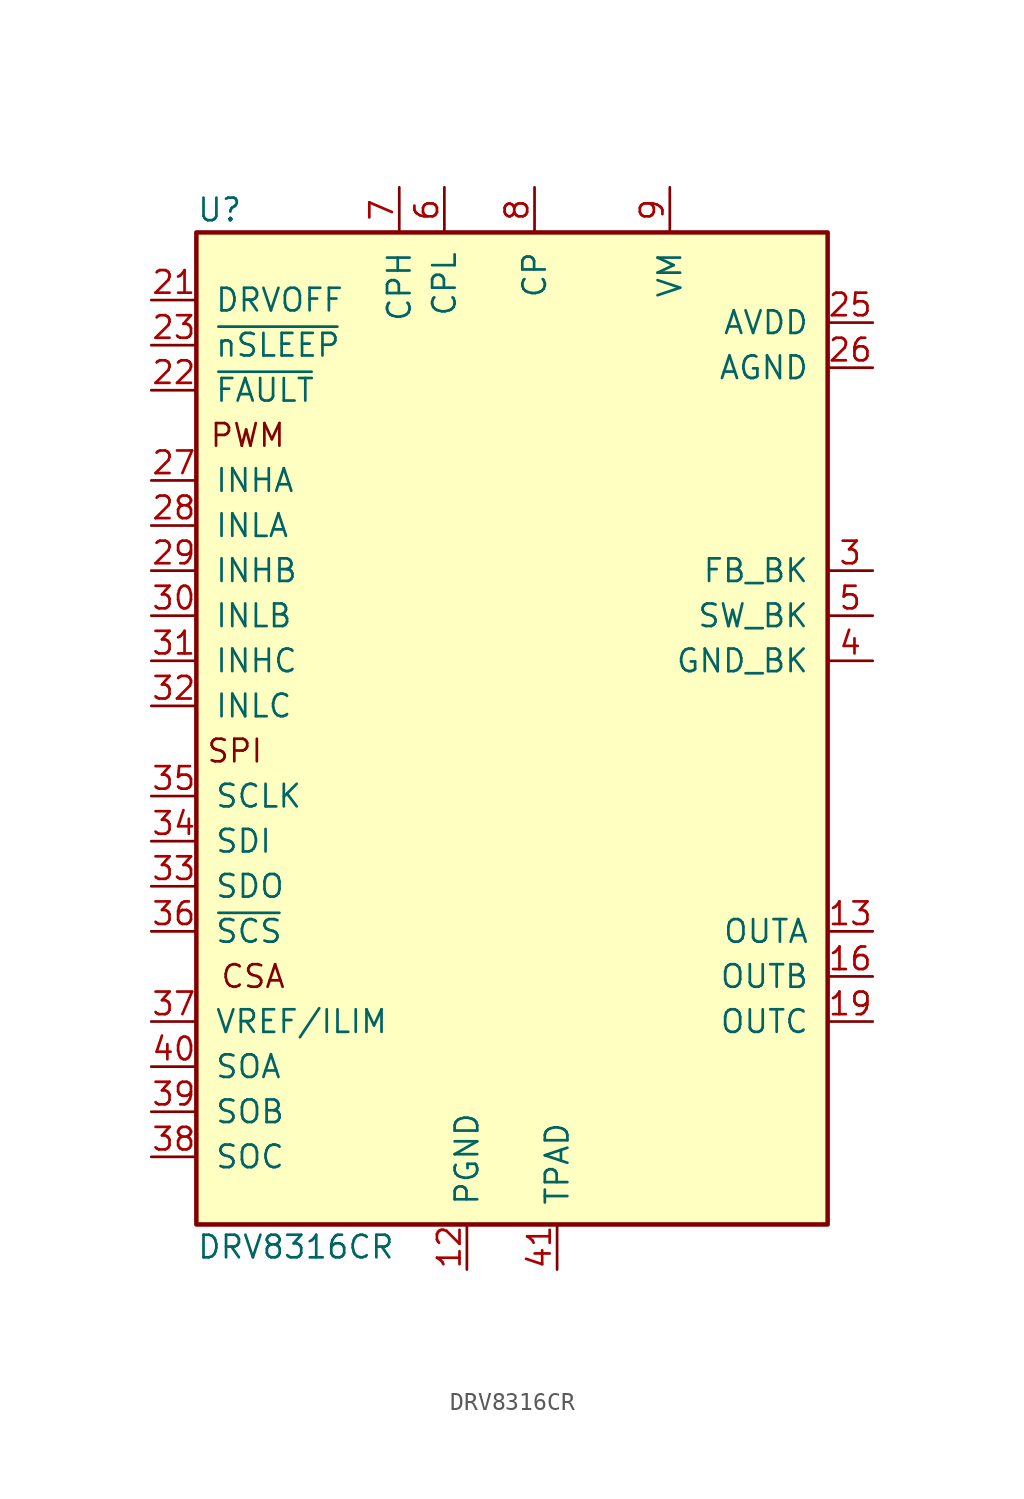
<source format=kicad_sym>
(kicad_symbol_lib
  (version 20220914)
  (generator kicad_symbol_editor)
  (symbol "DRV8316CR"
    (pin_names
      (offset 1.016))
    (property "Reference" "U"
      (at -17.78 29.21 0)
      (effects (font (size 1.27 1.27)) (justify left)))
    (property "Value" "DRV8316CR"
      (at -17.78 -29.21 0)
      (effects (font (size 1.27 1.27)) (justify left)))
    (symbol "DRV8316CR_0_1"
      (rectangle (start -17.78 27.94) (end 17.78 -27.94) (stroke (width 0.254) (type default)) (fill (type background))))
    (symbol "DRV8316CR_1_0"
      (text "CSA" (at -12.7 -13.97 0) (effects (font (size 1.27 1.27)) (justify right)))
      (text "PWM\n" (at -12.7 16.51 0) (effects (font (size 1.27 1.27)) (justify right)))
      (text "SPI" (at -13.97 -1.27 0) (effects (font (size 1.27 1.27)) (justify right))))
    (symbol "DRV8316CR_1_1"
      (pin no_connect line (at 20.32 -25.4 180) (length 2.54) hide (name "NC" (effects (font (size 1.27 1.27)))) (number "1" (effects (font (size 1.27 1.27)))))
      (pin passive line (at 8.89 30.48 270) (length 2.54) hide (name "VM" (effects (font (size 1.27 1.27)))) (number "10" (effects (font (size 1.27 1.27)))))
      (pin passive line (at 8.89 30.48 270) (length 2.54) hide (name "VM" (effects (font (size 1.27 1.27)))) (number "11" (effects (font (size 1.27 1.27)))))
      (pin power_in line (at -2.54 -30.48 90) (length 2.54) (name "PGND" (effects (font (size 1.27 1.27)))) (number "12" (effects (font (size 1.27 1.27)))))
      (pin output line (at 20.32 -11.43 180) (length 2.54) (name "OUTA" (effects (font (size 1.27 1.27)))) (number "13" (effects (font (size 1.27 1.27)))))
      (pin passive line (at 20.32 -11.43 180) (length 2.54) hide (name "OUTA" (effects (font (size 1.27 1.27)))) (number "14" (effects (font (size 1.27 1.27)))))
      (pin passive line (at -2.54 -30.48 90) (length 2.54) hide (name "PGND" (effects (font (size 1.27 1.27)))) (number "15" (effects (font (size 1.27 1.27)))))
      (pin output line (at 20.32 -13.97 180) (length 2.54) (name "OUTB" (effects (font (size 1.27 1.27)))) (number "16" (effects (font (size 1.27 1.27)))))
      (pin passive line (at 20.32 -13.97 180) (length 2.54) hide (name "OUTB" (effects (font (size 1.27 1.27)))) (number "17" (effects (font (size 1.27 1.27)))))
      (pin passive line (at -2.54 -30.48 90) (length 2.54) hide (name "PGND" (effects (font (size 1.27 1.27)))) (number "18" (effects (font (size 1.27 1.27)))))
      (pin output line (at 20.32 -16.51 180) (length 2.54) (name "OUTC" (effects (font (size 1.27 1.27)))) (number "19" (effects (font (size 1.27 1.27)))))
      (pin passive line (at 20.32 20.32 180) (length 2.54) hide (name "AGND" (effects (font (size 1.27 1.27)))) (number "2" (effects (font (size 1.27 1.27)))))
      (pin passive line (at 20.32 -16.51 180) (length 2.54) hide (name "OUTC" (effects (font (size 1.27 1.27)))) (number "20" (effects (font (size 1.27 1.27)))))
      (pin input line (at -20.32 24.13 0) (length 2.54) (name "DRVOFF" (effects (font (size 1.27 1.27)))) (number "21" (effects (font (size 1.27 1.27)))))
      (pin output line (at -20.32 19.05 0) (length 2.54) (name "~{FAULT}" (effects (font (size 1.27 1.27)))) (number "22" (effects (font (size 1.27 1.27)))))
      (pin input line (at -20.32 21.59 0) (length 2.54) (name "~{nSLEEP}" (effects (font (size 1.27 1.27)))) (number "23" (effects (font (size 1.27 1.27)))))
      (pin no_connect line (at 20.32 -25.4 180) (length 2.54) hide (name "NC" (effects (font (size 1.27 1.27)))) (number "24" (effects (font (size 1.27 1.27)))))
      (pin power_out line (at 20.32 22.86 180) (length 2.54) (name "AVDD" (effects (font (size 1.27 1.27)))) (number "25" (effects (font (size 1.27 1.27)))))
      (pin power_in line (at 20.32 20.32 180) (length 2.54) (name "AGND" (effects (font (size 1.27 1.27)))) (number "26" (effects (font (size 1.27 1.27)))))
      (pin input line (at -20.32 13.97 0) (length 2.54) (name "INHA" (effects (font (size 1.27 1.27)))) (number "27" (effects (font (size 1.27 1.27)))))
      (pin input line (at -20.32 11.43 0) (length 2.54) (name "INLA" (effects (font (size 1.27 1.27)))) (number "28" (effects (font (size 1.27 1.27)))))
      (pin input line (at -20.32 8.89 0) (length 2.54) (name "INHB" (effects (font (size 1.27 1.27)))) (number "29" (effects (font (size 1.27 1.27)))))
      (pin passive line (at 20.32 8.89 180) (length 2.54) (name "FB_BK" (effects (font (size 1.27 1.27)))) (number "3" (effects (font (size 1.27 1.27)))))
      (pin input line (at -20.32 6.35 0) (length 2.54) (name "INLB" (effects (font (size 1.27 1.27)))) (number "30" (effects (font (size 1.27 1.27)))))
      (pin input line (at -20.32 3.81 0) (length 2.54) (name "INHC" (effects (font (size 1.27 1.27)))) (number "31" (effects (font (size 1.27 1.27)))))
      (pin input line (at -20.32 1.27 0) (length 2.54) (name "INLC" (effects (font (size 1.27 1.27)))) (number "32" (effects (font (size 1.27 1.27)))))
      (pin output line (at -20.32 -8.89 0) (length 2.54) (name "SDO" (effects (font (size 1.27 1.27)))) (number "33" (effects (font (size 1.27 1.27)))))
      (pin input line (at -20.32 -6.35 0) (length 2.54) (name "SDI" (effects (font (size 1.27 1.27)))) (number "34" (effects (font (size 1.27 1.27)))))
      (pin input line (at -20.32 -3.81 0) (length 2.54) (name "SCLK" (effects (font (size 1.27 1.27)))) (number "35" (effects (font (size 1.27 1.27)))))
      (pin input line (at -20.32 -11.43 0) (length 2.54) (name "~{SCS}" (effects (font (size 1.27 1.27)))) (number "36" (effects (font (size 1.27 1.27)))))
      (pin input line (at -20.32 -16.51 0) (length 2.54) (name "VREF/ILIM" (effects (font (size 1.27 1.27)))) (number "37" (effects (font (size 1.27 1.27)))))
      (pin output line (at -20.32 -24.13 0) (length 2.54) (name "SOC" (effects (font (size 1.27 1.27)))) (number "38" (effects (font (size 1.27 1.27)))))
      (pin output line (at -20.32 -21.59 0) (length 2.54) (name "SOB" (effects (font (size 1.27 1.27)))) (number "39" (effects (font (size 1.27 1.27)))))
      (pin power_in line (at 20.32 3.81 180) (length 2.54) (name "GND_BK" (effects (font (size 1.27 1.27)))) (number "4" (effects (font (size 1.27 1.27)))))
      (pin output line (at -20.32 -19.05 0) (length 2.54) (name "SOA" (effects (font (size 1.27 1.27)))) (number "40" (effects (font (size 1.27 1.27)))))
      (pin power_in line (at 2.54 -30.48 90) (length 2.54) (name "TPAD" (effects (font (size 1.27 1.27)))) (number "41" (effects (font (size 1.27 1.27)))))
      (pin power_out line (at 20.32 6.35 180) (length 2.54) (name "SW_BK" (effects (font (size 1.27 1.27)))) (number "5" (effects (font (size 1.27 1.27)))))
      (pin passive line (at -3.81 30.48 270) (length 2.54) (name "CPL" (effects (font (size 1.27 1.27)))) (number "6" (effects (font (size 1.27 1.27)))))
      (pin passive line (at -6.35 30.48 270) (length 2.54) (name "CPH" (effects (font (size 1.27 1.27)))) (number "7" (effects (font (size 1.27 1.27)))))
      (pin passive line (at 1.27 30.48 270) (length 2.54) (name "CP" (effects (font (size 1.27 1.27)))) (number "8" (effects (font (size 1.27 1.27)))))
      (pin power_in line (at 8.89 30.48 270) (length 2.54) (name "VM" (effects (font (size 1.27 1.27)))) (number "9" (effects (font (size 1.27 1.27))))))))
</source>
